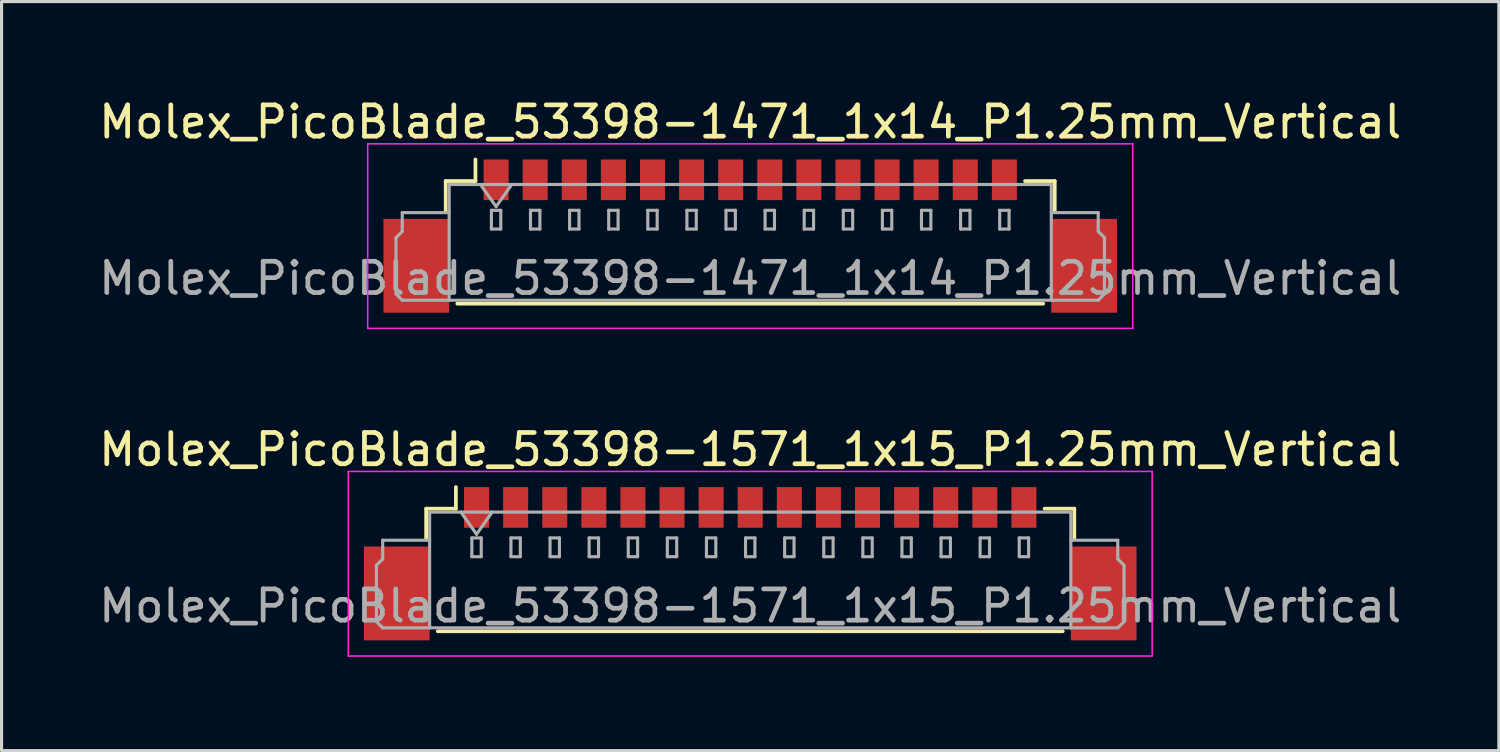
<source format=kicad_pcb>
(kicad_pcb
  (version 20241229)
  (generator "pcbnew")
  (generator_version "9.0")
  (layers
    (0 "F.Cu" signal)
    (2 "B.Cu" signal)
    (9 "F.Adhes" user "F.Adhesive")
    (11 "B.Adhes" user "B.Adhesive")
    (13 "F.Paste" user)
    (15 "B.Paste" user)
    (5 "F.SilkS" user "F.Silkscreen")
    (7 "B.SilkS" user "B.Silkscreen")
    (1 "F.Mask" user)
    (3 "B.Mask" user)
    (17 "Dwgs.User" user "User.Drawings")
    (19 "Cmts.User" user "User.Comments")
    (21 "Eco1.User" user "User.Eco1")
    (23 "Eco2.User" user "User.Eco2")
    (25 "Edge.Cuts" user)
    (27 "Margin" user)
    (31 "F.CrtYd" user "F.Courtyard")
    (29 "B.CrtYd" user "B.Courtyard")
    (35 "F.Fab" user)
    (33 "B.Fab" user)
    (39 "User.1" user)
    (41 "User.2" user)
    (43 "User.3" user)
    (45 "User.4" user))
  (footprint "Molex_PicoBlade_53398-1571_1x15_P1.25mm_Vertical"
    (layer "F.Cu")
    (at 20.935 14.972)
    (property "Reference" "Molex_PicoBlade_53398-1571_1x15_P1.25mm_Vertical" (at 0 -3.65 0) (layer "F.SilkS") (effects (font (size 1 1) (thickness 0.15))))
    (attr smd)
    (fp_line (start -10.36 -1.76) (end -9.41 -1.76) (stroke (width 0.12) (type solid)) (layer "F.SilkS"))
    (fp_line (start -10.36 -0.81) (end -10.36 -1.76) (stroke (width 0.12) (type solid)) (layer "F.SilkS"))
    (fp_line (start -9.99 2.16) (end 9.99 2.16) (stroke (width 0.12) (type solid)) (layer "F.SilkS"))
    (fp_line (start -9.41 -1.76) (end -9.41 -2.45) (stroke (width 0.12) (type solid)) (layer "F.SilkS"))
    (fp_line (start 10.36 -1.76) (end 9.41 -1.76) (stroke (width 0.12) (type solid)) (layer "F.SilkS"))
    (fp_line (start 10.36 -0.81) (end 10.36 -1.76) (stroke (width 0.12) (type solid)) (layer "F.SilkS"))
    (fp_line (start -12.85 -2.95) (end -12.85 2.95) (stroke (width 0.05) (type solid)) (layer "F.CrtYd"))
    (fp_line (start -12.85 2.95) (end 12.85 2.95) (stroke (width 0.05) (type solid)) (layer "F.CrtYd"))
    (fp_line (start 12.85 -2.95) (end -12.85 -2.95) (stroke (width 0.05) (type solid)) (layer "F.CrtYd"))
    (fp_line (start 12.85 2.95) (end 12.85 -2.95) (stroke (width 0.05) (type solid)) (layer "F.CrtYd"))
    (fp_line (start -11.95 0.05) (end -11.75 -0.15) (stroke (width 0.1) (type solid)) (layer "F.Fab"))
    (fp_line (start -11.95 1.85) (end -11.95 0.05) (stroke (width 0.1) (type solid)) (layer "F.Fab"))
    (fp_line (start -11.75 -0.75) (end -10.25 -0.75) (stroke (width 0.1) (type solid)) (layer "F.Fab"))
    (fp_line (start -11.75 -0.15) (end -11.75 -0.75) (stroke (width 0.1) (type solid)) (layer "F.Fab"))
    (fp_line (start -11.75 2.05) (end -11.95 1.85) (stroke (width 0.1) (type solid)) (layer "F.Fab"))
    (fp_line (start -10.25 -1.65) (end -10.25 2.05) (stroke (width 0.1) (type solid)) (layer "F.Fab"))
    (fp_line (start -10.25 -1.65) (end 10.25 -1.65) (stroke (width 0.1) (type solid)) (layer "F.Fab"))
    (fp_line (start -10.25 2.05) (end -11.75 2.05) (stroke (width 0.1) (type solid)) (layer "F.Fab"))
    (fp_line (start -10.25 2.05) (end 10.25 2.05) (stroke (width 0.1) (type solid)) (layer "F.Fab"))
    (fp_line (start -9.25 -1.65) (end -8.75 -0.943) (stroke (width 0.1) (type solid)) (layer "F.Fab"))
    (fp_line (start -8.9 -0.825) (end -8.9 -0.225) (stroke (width 0.1) (type solid)) (layer "F.Fab"))
    (fp_line (start -8.9 -0.225) (end -8.6 -0.225) (stroke (width 0.1) (type solid)) (layer "F.Fab"))
    (fp_line (start -8.75 -0.943) (end -8.25 -1.65) (stroke (width 0.1) (type solid)) (layer "F.Fab"))
    (fp_line (start -8.6 -0.825) (end -8.9 -0.825) (stroke (width 0.1) (type solid)) (layer "F.Fab"))
    (fp_line (start -8.6 -0.225) (end -8.6 -0.825) (stroke (width 0.1) (type solid)) (layer "F.Fab"))
    (fp_line (start -7.65 -0.825) (end -7.65 -0.225) (stroke (width 0.1) (type solid)) (layer "F.Fab"))
    (fp_line (start -7.65 -0.225) (end -7.35 -0.225) (stroke (width 0.1) (type solid)) (layer "F.Fab"))
    (fp_line (start -7.35 -0.825) (end -7.65 -0.825) (stroke (width 0.1) (type solid)) (layer "F.Fab"))
    (fp_line (start -7.35 -0.225) (end -7.35 -0.825) (stroke (width 0.1) (type solid)) (layer "F.Fab"))
    (fp_line (start -6.4 -0.825) (end -6.4 -0.225) (stroke (width 0.1) (type solid)) (layer "F.Fab"))
    (fp_line (start -6.4 -0.225) (end -6.1 -0.225) (stroke (width 0.1) (type solid)) (layer "F.Fab"))
    (fp_line (start -6.1 -0.825) (end -6.4 -0.825) (stroke (width 0.1) (type solid)) (layer "F.Fab"))
    (fp_line (start -6.1 -0.225) (end -6.1 -0.825) (stroke (width 0.1) (type solid)) (layer "F.Fab"))
    (fp_line (start -5.15 -0.825) (end -5.15 -0.225) (stroke (width 0.1) (type solid)) (layer "F.Fab"))
    (fp_line (start -5.15 -0.225) (end -4.85 -0.225) (stroke (width 0.1) (type solid)) (layer "F.Fab"))
    (fp_line (start -4.85 -0.825) (end -5.15 -0.825) (stroke (width 0.1) (type solid)) (layer "F.Fab"))
    (fp_line (start -4.85 -0.225) (end -4.85 -0.825) (stroke (width 0.1) (type solid)) (layer "F.Fab"))
    (fp_line (start -3.9 -0.825) (end -3.9 -0.225) (stroke (width 0.1) (type solid)) (layer "F.Fab"))
    (fp_line (start -3.9 -0.225) (end -3.6 -0.225) (stroke (width 0.1) (type solid)) (layer "F.Fab"))
    (fp_line (start -3.6 -0.825) (end -3.9 -0.825) (stroke (width 0.1) (type solid)) (layer "F.Fab"))
    (fp_line (start -3.6 -0.225) (end -3.6 -0.825) (stroke (width 0.1) (type solid)) (layer "F.Fab"))
    (fp_line (start -2.65 -0.825) (end -2.65 -0.225) (stroke (width 0.1) (type solid)) (layer "F.Fab"))
    (fp_line (start -2.65 -0.225) (end -2.35 -0.225) (stroke (width 0.1) (type solid)) (layer "F.Fab"))
    (fp_line (start -2.35 -0.825) (end -2.65 -0.825) (stroke (width 0.1) (type solid)) (layer "F.Fab"))
    (fp_line (start -2.35 -0.225) (end -2.35 -0.825) (stroke (width 0.1) (type solid)) (layer "F.Fab"))
    (fp_line (start -1.4 -0.825) (end -1.4 -0.225) (stroke (width 0.1) (type solid)) (layer "F.Fab"))
    (fp_line (start -1.4 -0.225) (end -1.1 -0.225) (stroke (width 0.1) (type solid)) (layer "F.Fab"))
    (fp_line (start -1.1 -0.825) (end -1.4 -0.825) (stroke (width 0.1) (type solid)) (layer "F.Fab"))
    (fp_line (start -1.1 -0.225) (end -1.1 -0.825) (stroke (width 0.1) (type solid)) (layer "F.Fab"))
    (fp_line (start -0.15 -0.825) (end -0.15 -0.225) (stroke (width 0.1) (type solid)) (layer "F.Fab"))
    (fp_line (start -0.15 -0.225) (end 0.15 -0.225) (stroke (width 0.1) (type solid)) (layer "F.Fab"))
    (fp_line (start 0.15 -0.825) (end -0.15 -0.825) (stroke (width 0.1) (type solid)) (layer "F.Fab"))
    (fp_line (start 0.15 -0.225) (end 0.15 -0.825) (stroke (width 0.1) (type solid)) (layer "F.Fab"))
    (fp_line (start 1.1 -0.825) (end 1.1 -0.225) (stroke (width 0.1) (type solid)) (layer "F.Fab"))
    (fp_line (start 1.1 -0.225) (end 1.4 -0.225) (stroke (width 0.1) (type solid)) (layer "F.Fab"))
    (fp_line (start 1.4 -0.825) (end 1.1 -0.825) (stroke (width 0.1) (type solid)) (layer "F.Fab"))
    (fp_line (start 1.4 -0.225) (end 1.4 -0.825) (stroke (width 0.1) (type solid)) (layer "F.Fab"))
    (fp_line (start 2.35 -0.825) (end 2.35 -0.225) (stroke (width 0.1) (type solid)) (layer "F.Fab"))
    (fp_line (start 2.35 -0.225) (end 2.65 -0.225) (stroke (width 0.1) (type solid)) (layer "F.Fab"))
    (fp_line (start 2.65 -0.825) (end 2.35 -0.825) (stroke (width 0.1) (type solid)) (layer "F.Fab"))
    (fp_line (start 2.65 -0.225) (end 2.65 -0.825) (stroke (width 0.1) (type solid)) (layer "F.Fab"))
    (fp_line (start 3.6 -0.825) (end 3.6 -0.225) (stroke (width 0.1) (type solid)) (layer "F.Fab"))
    (fp_line (start 3.6 -0.225) (end 3.9 -0.225) (stroke (width 0.1) (type solid)) (layer "F.Fab"))
    (fp_line (start 3.9 -0.825) (end 3.6 -0.825) (stroke (width 0.1) (type solid)) (layer "F.Fab"))
    (fp_line (start 3.9 -0.225) (end 3.9 -0.825) (stroke (width 0.1) (type solid)) (layer "F.Fab"))
    (fp_line (start 4.85 -0.825) (end 4.85 -0.225) (stroke (width 0.1) (type solid)) (layer "F.Fab"))
    (fp_line (start 4.85 -0.225) (end 5.15 -0.225) (stroke (width 0.1) (type solid)) (layer "F.Fab"))
    (fp_line (start 5.15 -0.825) (end 4.85 -0.825) (stroke (width 0.1) (type solid)) (layer "F.Fab"))
    (fp_line (start 5.15 -0.225) (end 5.15 -0.825) (stroke (width 0.1) (type solid)) (layer "F.Fab"))
    (fp_line (start 6.1 -0.825) (end 6.1 -0.225) (stroke (width 0.1) (type solid)) (layer "F.Fab"))
    (fp_line (start 6.1 -0.225) (end 6.4 -0.225) (stroke (width 0.1) (type solid)) (layer "F.Fab"))
    (fp_line (start 6.4 -0.825) (end 6.1 -0.825) (stroke (width 0.1) (type solid)) (layer "F.Fab"))
    (fp_line (start 6.4 -0.225) (end 6.4 -0.825) (stroke (width 0.1) (type solid)) (layer "F.Fab"))
    (fp_line (start 7.35 -0.825) (end 7.35 -0.225) (stroke (width 0.1) (type solid)) (layer "F.Fab"))
    (fp_line (start 7.35 -0.225) (end 7.65 -0.225) (stroke (width 0.1) (type solid)) (layer "F.Fab"))
    (fp_line (start 7.65 -0.825) (end 7.35 -0.825) (stroke (width 0.1) (type solid)) (layer "F.Fab"))
    (fp_line (start 7.65 -0.225) (end 7.65 -0.825) (stroke (width 0.1) (type solid)) (layer "F.Fab"))
    (fp_line (start 8.6 -0.825) (end 8.6 -0.225) (stroke (width 0.1) (type solid)) (layer "F.Fab"))
    (fp_line (start 8.6 -0.225) (end 8.9 -0.225) (stroke (width 0.1) (type solid)) (layer "F.Fab"))
    (fp_line (start 8.9 -0.825) (end 8.6 -0.825) (stroke (width 0.1) (type solid)) (layer "F.Fab"))
    (fp_line (start 8.9 -0.225) (end 8.9 -0.825) (stroke (width 0.1) (type solid)) (layer "F.Fab"))
    (fp_line (start 10.25 -1.65) (end 10.25 2.05) (stroke (width 0.1) (type solid)) (layer "F.Fab"))
    (fp_line (start 10.25 2.05) (end 11.75 2.05) (stroke (width 0.1) (type solid)) (layer "F.Fab"))
    (fp_line (start 11.75 -0.75) (end 10.25 -0.75) (stroke (width 0.1) (type solid)) (layer "F.Fab"))
    (fp_line (start 11.75 -0.15) (end 11.75 -0.75) (stroke (width 0.1) (type solid)) (layer "F.Fab"))
    (fp_line (start 11.75 2.05) (end 11.95 1.85) (stroke (width 0.1) (type solid)) (layer "F.Fab"))
    (fp_line (start 11.95 0.05) (end 11.75 -0.15) (stroke (width 0.1) (type solid)) (layer "F.Fab"))
    (fp_line (start 11.95 1.85) (end 11.95 0.05) (stroke (width 0.1) (type solid)) (layer "F.Fab"))
    (fp_text user "${REFERENCE}" (at 0 1.35 0) (layer "F.Fab") (effects (font (size 1 1) (thickness 0.15))))
    (pad "" smd rect (at -11.3 0.95) (size 2.1 3) (layers "F.Cu" "F.Mask" "F.Paste"))
    (pad "" smd rect (at 11.3 0.95) (size 2.1 3) (layers "F.Cu" "F.Mask" "F.Paste"))
    (pad "1" smd rect (at -8.75 -1.8) (size 0.8 1.3) (layers "F.Cu" "F.Mask" "F.Paste"))
    (pad "2" smd rect (at -7.5 -1.8) (size 0.8 1.3) (layers "F.Cu" "F.Mask" "F.Paste"))
    (pad "3" smd rect (at -6.25 -1.8) (size 0.8 1.3) (layers "F.Cu" "F.Mask" "F.Paste"))
    (pad "4" smd rect (at -5 -1.8) (size 0.8 1.3) (layers "F.Cu" "F.Mask" "F.Paste"))
    (pad "5" smd rect (at -3.75 -1.8) (size 0.8 1.3) (layers "F.Cu" "F.Mask" "F.Paste"))
    (pad "6" smd rect (at -2.5 -1.8) (size 0.8 1.3) (layers "F.Cu" "F.Mask" "F.Paste"))
    (pad "7" smd rect (at -1.25 -1.8) (size 0.8 1.3) (layers "F.Cu" "F.Mask" "F.Paste"))
    (pad "8" smd rect (at 0 -1.8) (size 0.8 1.3) (layers "F.Cu" "F.Mask" "F.Paste"))
    (pad "9" smd rect (at 1.25 -1.8) (size 0.8 1.3) (layers "F.Cu" "F.Mask" "F.Paste"))
    (pad "10" smd rect (at 2.5 -1.8) (size 0.8 1.3) (layers "F.Cu" "F.Mask" "F.Paste"))
    (pad "11" smd rect (at 3.75 -1.8) (size 0.8 1.3) (layers "F.Cu" "F.Mask" "F.Paste"))
    (pad "12" smd rect (at 5 -1.8) (size 0.8 1.3) (layers "F.Cu" "F.Mask" "F.Paste"))
    (pad "13" smd rect (at 6.25 -1.8) (size 0.8 1.3) (layers "F.Cu" "F.Mask" "F.Paste"))
    (pad "14" smd rect (at 7.5 -1.8) (size 0.8 1.3) (layers "F.Cu" "F.Mask" "F.Paste"))
    (pad "15" smd rect (at 8.75 -1.8) (size 0.8 1.3) (layers "F.Cu" "F.Mask" "F.Paste")))
  (footprint "Molex_PicoBlade_53398-1471_1x14_P1.25mm_Vertical"
    (layer "F.Cu")
    (at 20.935 4.498)
    (property "Reference" "Molex_PicoBlade_53398-1471_1x14_P1.25mm_Vertical" (at 0 -3.65 0) (layer "F.SilkS") (effects (font (size 1 1) (thickness 0.15))))
    (attr smd)
    (fp_line (start -9.735 -1.76) (end -8.785 -1.76) (stroke (width 0.12) (type solid)) (layer "F.SilkS"))
    (fp_line (start -9.735 -0.81) (end -9.735 -1.76) (stroke (width 0.12) (type solid)) (layer "F.SilkS"))
    (fp_line (start -9.365 2.16) (end 9.365 2.16) (stroke (width 0.12) (type solid)) (layer "F.SilkS"))
    (fp_line (start -8.785 -1.76) (end -8.785 -2.45) (stroke (width 0.12) (type solid)) (layer "F.SilkS"))
    (fp_line (start 9.735 -1.76) (end 8.785 -1.76) (stroke (width 0.12) (type solid)) (layer "F.SilkS"))
    (fp_line (start 9.735 -0.81) (end 9.735 -1.76) (stroke (width 0.12) (type solid)) (layer "F.SilkS"))
    (fp_line (start -12.23 -2.95) (end -12.23 2.95) (stroke (width 0.05) (type solid)) (layer "F.CrtYd"))
    (fp_line (start -12.23 2.95) (end 12.23 2.95) (stroke (width 0.05) (type solid)) (layer "F.CrtYd"))
    (fp_line (start 12.23 -2.95) (end -12.23 -2.95) (stroke (width 0.05) (type solid)) (layer "F.CrtYd"))
    (fp_line (start 12.23 2.95) (end 12.23 -2.95) (stroke (width 0.05) (type solid)) (layer "F.CrtYd"))
    (fp_line (start -11.325 0.05) (end -11.125 -0.15) (stroke (width 0.1) (type solid)) (layer "F.Fab"))
    (fp_line (start -11.325 1.85) (end -11.325 0.05) (stroke (width 0.1) (type solid)) (layer "F.Fab"))
    (fp_line (start -11.125 -0.75) (end -9.625 -0.75) (stroke (width 0.1) (type solid)) (layer "F.Fab"))
    (fp_line (start -11.125 -0.15) (end -11.125 -0.75) (stroke (width 0.1) (type solid)) (layer "F.Fab"))
    (fp_line (start -11.125 2.05) (end -11.325 1.85) (stroke (width 0.1) (type solid)) (layer "F.Fab"))
    (fp_line (start -9.625 -1.65) (end -9.625 2.05) (stroke (width 0.1) (type solid)) (layer "F.Fab"))
    (fp_line (start -9.625 -1.65) (end 9.625 -1.65) (stroke (width 0.1) (type solid)) (layer "F.Fab"))
    (fp_line (start -9.625 2.05) (end -11.125 2.05) (stroke (width 0.1) (type solid)) (layer "F.Fab"))
    (fp_line (start -9.625 2.05) (end 9.625 2.05) (stroke (width 0.1) (type solid)) (layer "F.Fab"))
    (fp_line (start -8.625 -1.65) (end -8.125 -0.943) (stroke (width 0.1) (type solid)) (layer "F.Fab"))
    (fp_line (start -8.275 -0.825) (end -8.275 -0.225) (stroke (width 0.1) (type solid)) (layer "F.Fab"))
    (fp_line (start -8.275 -0.225) (end -7.975 -0.225) (stroke (width 0.1) (type solid)) (layer "F.Fab"))
    (fp_line (start -8.125 -0.943) (end -7.625 -1.65) (stroke (width 0.1) (type solid)) (layer "F.Fab"))
    (fp_line (start -7.975 -0.825) (end -8.275 -0.825) (stroke (width 0.1) (type solid)) (layer "F.Fab"))
    (fp_line (start -7.975 -0.225) (end -7.975 -0.825) (stroke (width 0.1) (type solid)) (layer "F.Fab"))
    (fp_line (start -7.025 -0.825) (end -7.025 -0.225) (stroke (width 0.1) (type solid)) (layer "F.Fab"))
    (fp_line (start -7.025 -0.225) (end -6.725 -0.225) (stroke (width 0.1) (type solid)) (layer "F.Fab"))
    (fp_line (start -6.725 -0.825) (end -7.025 -0.825) (stroke (width 0.1) (type solid)) (layer "F.Fab"))
    (fp_line (start -6.725 -0.225) (end -6.725 -0.825) (stroke (width 0.1) (type solid)) (layer "F.Fab"))
    (fp_line (start -5.775 -0.825) (end -5.775 -0.225) (stroke (width 0.1) (type solid)) (layer "F.Fab"))
    (fp_line (start -5.775 -0.225) (end -5.475 -0.225) (stroke (width 0.1) (type solid)) (layer "F.Fab"))
    (fp_line (start -5.475 -0.825) (end -5.775 -0.825) (stroke (width 0.1) (type solid)) (layer "F.Fab"))
    (fp_line (start -5.475 -0.225) (end -5.475 -0.825) (stroke (width 0.1) (type solid)) (layer "F.Fab"))
    (fp_line (start -4.525 -0.825) (end -4.525 -0.225) (stroke (width 0.1) (type solid)) (layer "F.Fab"))
    (fp_line (start -4.525 -0.225) (end -4.225 -0.225) (stroke (width 0.1) (type solid)) (layer "F.Fab"))
    (fp_line (start -4.225 -0.825) (end -4.525 -0.825) (stroke (width 0.1) (type solid)) (layer "F.Fab"))
    (fp_line (start -4.225 -0.225) (end -4.225 -0.825) (stroke (width 0.1) (type solid)) (layer "F.Fab"))
    (fp_line (start -3.275 -0.825) (end -3.275 -0.225) (stroke (width 0.1) (type solid)) (layer "F.Fab"))
    (fp_line (start -3.275 -0.225) (end -2.975 -0.225) (stroke (width 0.1) (type solid)) (layer "F.Fab"))
    (fp_line (start -2.975 -0.825) (end -3.275 -0.825) (stroke (width 0.1) (type solid)) (layer "F.Fab"))
    (fp_line (start -2.975 -0.225) (end -2.975 -0.825) (stroke (width 0.1) (type solid)) (layer "F.Fab"))
    (fp_line (start -2.025 -0.825) (end -2.025 -0.225) (stroke (width 0.1) (type solid)) (layer "F.Fab"))
    (fp_line (start -2.025 -0.225) (end -1.725 -0.225) (stroke (width 0.1) (type solid)) (layer "F.Fab"))
    (fp_line (start -1.725 -0.825) (end -2.025 -0.825) (stroke (width 0.1) (type solid)) (layer "F.Fab"))
    (fp_line (start -1.725 -0.225) (end -1.725 -0.825) (stroke (width 0.1) (type solid)) (layer "F.Fab"))
    (fp_line (start -0.775 -0.825) (end -0.775 -0.225) (stroke (width 0.1) (type solid)) (layer "F.Fab"))
    (fp_line (start -0.775 -0.225) (end -0.475 -0.225) (stroke (width 0.1) (type solid)) (layer "F.Fab"))
    (fp_line (start -0.475 -0.825) (end -0.775 -0.825) (stroke (width 0.1) (type solid)) (layer "F.Fab"))
    (fp_line (start -0.475 -0.225) (end -0.475 -0.825) (stroke (width 0.1) (type solid)) (layer "F.Fab"))
    (fp_line (start 0.475 -0.825) (end 0.475 -0.225) (stroke (width 0.1) (type solid)) (layer "F.Fab"))
    (fp_line (start 0.475 -0.225) (end 0.775 -0.225) (stroke (width 0.1) (type solid)) (layer "F.Fab"))
    (fp_line (start 0.775 -0.825) (end 0.475 -0.825) (stroke (width 0.1) (type solid)) (layer "F.Fab"))
    (fp_line (start 0.775 -0.225) (end 0.775 -0.825) (stroke (width 0.1) (type solid)) (layer "F.Fab"))
    (fp_line (start 1.725 -0.825) (end 1.725 -0.225) (stroke (width 0.1) (type solid)) (layer "F.Fab"))
    (fp_line (start 1.725 -0.225) (end 2.025 -0.225) (stroke (width 0.1) (type solid)) (layer "F.Fab"))
    (fp_line (start 2.025 -0.825) (end 1.725 -0.825) (stroke (width 0.1) (type solid)) (layer "F.Fab"))
    (fp_line (start 2.025 -0.225) (end 2.025 -0.825) (stroke (width 0.1) (type solid)) (layer "F.Fab"))
    (fp_line (start 2.975 -0.825) (end 2.975 -0.225) (stroke (width 0.1) (type solid)) (layer "F.Fab"))
    (fp_line (start 2.975 -0.225) (end 3.275 -0.225) (stroke (width 0.1) (type solid)) (layer "F.Fab"))
    (fp_line (start 3.275 -0.825) (end 2.975 -0.825) (stroke (width 0.1) (type solid)) (layer "F.Fab"))
    (fp_line (start 3.275 -0.225) (end 3.275 -0.825) (stroke (width 0.1) (type solid)) (layer "F.Fab"))
    (fp_line (start 4.225 -0.825) (end 4.225 -0.225) (stroke (width 0.1) (type solid)) (layer "F.Fab"))
    (fp_line (start 4.225 -0.225) (end 4.525 -0.225) (stroke (width 0.1) (type solid)) (layer "F.Fab"))
    (fp_line (start 4.525 -0.825) (end 4.225 -0.825) (stroke (width 0.1) (type solid)) (layer "F.Fab"))
    (fp_line (start 4.525 -0.225) (end 4.525 -0.825) (stroke (width 0.1) (type solid)) (layer "F.Fab"))
    (fp_line (start 5.475 -0.825) (end 5.475 -0.225) (stroke (width 0.1) (type solid)) (layer "F.Fab"))
    (fp_line (start 5.475 -0.225) (end 5.775 -0.225) (stroke (width 0.1) (type solid)) (layer "F.Fab"))
    (fp_line (start 5.775 -0.825) (end 5.475 -0.825) (stroke (width 0.1) (type solid)) (layer "F.Fab"))
    (fp_line (start 5.775 -0.225) (end 5.775 -0.825) (stroke (width 0.1) (type solid)) (layer "F.Fab"))
    (fp_line (start 6.725 -0.825) (end 6.725 -0.225) (stroke (width 0.1) (type solid)) (layer "F.Fab"))
    (fp_line (start 6.725 -0.225) (end 7.025 -0.225) (stroke (width 0.1) (type solid)) (layer "F.Fab"))
    (fp_line (start 7.025 -0.825) (end 6.725 -0.825) (stroke (width 0.1) (type solid)) (layer "F.Fab"))
    (fp_line (start 7.025 -0.225) (end 7.025 -0.825) (stroke (width 0.1) (type solid)) (layer "F.Fab"))
    (fp_line (start 7.975 -0.825) (end 7.975 -0.225) (stroke (width 0.1) (type solid)) (layer "F.Fab"))
    (fp_line (start 7.975 -0.225) (end 8.275 -0.225) (stroke (width 0.1) (type solid)) (layer "F.Fab"))
    (fp_line (start 8.275 -0.825) (end 7.975 -0.825) (stroke (width 0.1) (type solid)) (layer "F.Fab"))
    (fp_line (start 8.275 -0.225) (end 8.275 -0.825) (stroke (width 0.1) (type solid)) (layer "F.Fab"))
    (fp_line (start 9.625 -1.65) (end 9.625 2.05) (stroke (width 0.1) (type solid)) (layer "F.Fab"))
    (fp_line (start 9.625 2.05) (end 11.125 2.05) (stroke (width 0.1) (type solid)) (layer "F.Fab"))
    (fp_line (start 11.125 -0.75) (end 9.625 -0.75) (stroke (width 0.1) (type solid)) (layer "F.Fab"))
    (fp_line (start 11.125 -0.15) (end 11.125 -0.75) (stroke (width 0.1) (type solid)) (layer "F.Fab"))
    (fp_line (start 11.125 2.05) (end 11.325 1.85) (stroke (width 0.1) (type solid)) (layer "F.Fab"))
    (fp_line (start 11.325 0.05) (end 11.125 -0.15) (stroke (width 0.1) (type solid)) (layer "F.Fab"))
    (fp_line (start 11.325 1.85) (end 11.325 0.05) (stroke (width 0.1) (type solid)) (layer "F.Fab"))
    (fp_text user "${REFERENCE}" (at 0 1.35 0) (layer "F.Fab") (effects (font (size 1 1) (thickness 0.15))))
    (pad "" smd rect (at -10.675 0.95) (size 2.1 3) (layers "F.Cu" "F.Mask" "F.Paste"))
    (pad "" smd rect (at 10.675 0.95) (size 2.1 3) (layers "F.Cu" "F.Mask" "F.Paste"))
    (pad "1" smd rect (at -8.125 -1.8) (size 0.8 1.3) (layers "F.Cu" "F.Mask" "F.Paste"))
    (pad "2" smd rect (at -6.875 -1.8) (size 0.8 1.3) (layers "F.Cu" "F.Mask" "F.Paste"))
    (pad "3" smd rect (at -5.625 -1.8) (size 0.8 1.3) (layers "F.Cu" "F.Mask" "F.Paste"))
    (pad "4" smd rect (at -4.375 -1.8) (size 0.8 1.3) (layers "F.Cu" "F.Mask" "F.Paste"))
    (pad "5" smd rect (at -3.125 -1.8) (size 0.8 1.3) (layers "F.Cu" "F.Mask" "F.Paste"))
    (pad "6" smd rect (at -1.875 -1.8) (size 0.8 1.3) (layers "F.Cu" "F.Mask" "F.Paste"))
    (pad "7" smd rect (at -0.625 -1.8) (size 0.8 1.3) (layers "F.Cu" "F.Mask" "F.Paste"))
    (pad "8" smd rect (at 0.625 -1.8) (size 0.8 1.3) (layers "F.Cu" "F.Mask" "F.Paste"))
    (pad "9" smd rect (at 1.875 -1.8) (size 0.8 1.3) (layers "F.Cu" "F.Mask" "F.Paste"))
    (pad "10" smd rect (at 3.125 -1.8) (size 0.8 1.3) (layers "F.Cu" "F.Mask" "F.Paste"))
    (pad "11" smd rect (at 4.375 -1.8) (size 0.8 1.3) (layers "F.Cu" "F.Mask" "F.Paste"))
    (pad "12" smd rect (at 5.625 -1.8) (size 0.8 1.3) (layers "F.Cu" "F.Mask" "F.Paste"))
    (pad "13" smd rect (at 6.875 -1.8) (size 0.8 1.3) (layers "F.Cu" "F.Mask" "F.Paste"))
    (pad "14" smd rect (at 8.125 -1.8) (size 0.8 1.3) (layers "F.Cu" "F.Mask" "F.Paste")))
  (gr_rect
    (start -3 -3)
    (end 44.869 20.947)
    (stroke (width 0.1) (type default))
    (fill no)
    (layer "Edge.Cuts")))
</source>
